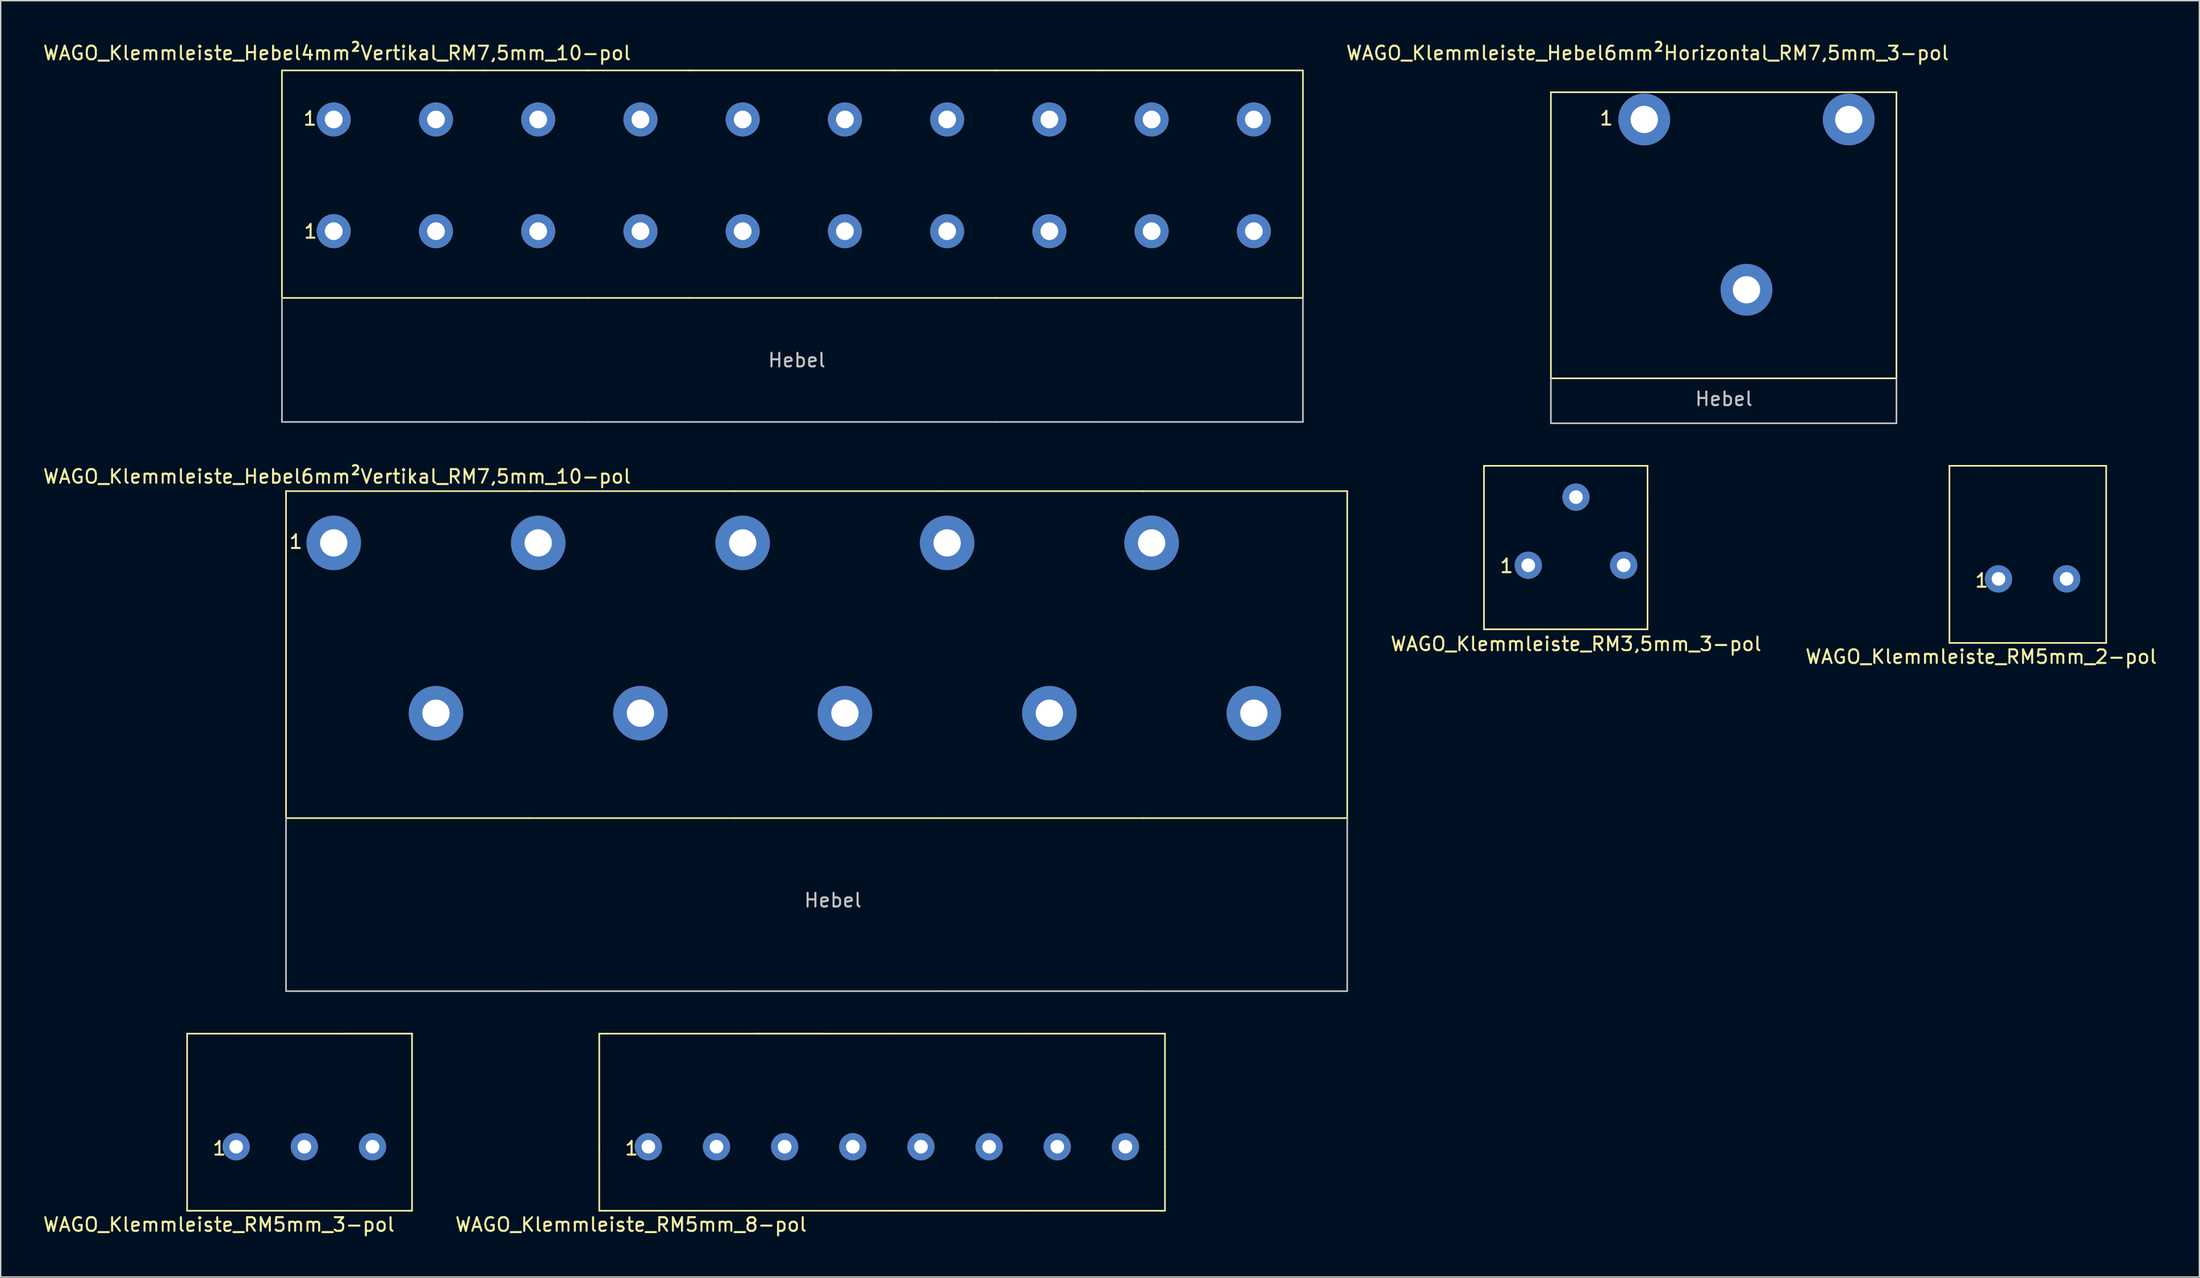
<source format=kicad_pcb>
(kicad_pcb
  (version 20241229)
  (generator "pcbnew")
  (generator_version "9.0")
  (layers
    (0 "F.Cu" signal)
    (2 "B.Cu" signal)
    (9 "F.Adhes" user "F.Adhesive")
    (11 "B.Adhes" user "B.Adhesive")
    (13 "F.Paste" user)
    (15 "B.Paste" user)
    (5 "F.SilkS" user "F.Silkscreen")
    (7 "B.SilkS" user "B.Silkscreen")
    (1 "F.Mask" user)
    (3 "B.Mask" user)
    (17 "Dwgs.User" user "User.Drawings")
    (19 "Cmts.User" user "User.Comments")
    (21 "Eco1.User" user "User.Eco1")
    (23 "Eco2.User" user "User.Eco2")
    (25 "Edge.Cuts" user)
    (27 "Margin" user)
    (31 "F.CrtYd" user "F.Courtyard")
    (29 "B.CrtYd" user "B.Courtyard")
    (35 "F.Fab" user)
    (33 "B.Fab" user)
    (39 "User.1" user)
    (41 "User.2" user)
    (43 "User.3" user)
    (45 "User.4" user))
  (footprint "WAGO_Klemmleiste_Hebel4mm²Vertikal_RM7,5mm_10-pol"
    (layer "F.Cu")
    (at 21.433 5.718)
    (property "Reference" "WAGO_Klemmleiste_Hebel4mm²Vertikal_RM7,5mm_10-pol" (at 0.24 -4.87 0) (layer "F.SilkS") (effects (font (size 1 1) (thickness 0.15))))
    (attr through_hole)
    (fp_line (start -3.8 -3.6) (end -3.8 13.1) (stroke (width 0.12) (type solid)) (layer "F.SilkS"))
    (fp_line (start -3.8 13.1) (end 8.6 13.1) (stroke (width 0.12) (type solid)) (layer "F.SilkS"))
    (fp_line (start 8.6 -3.6) (end -3.8 -3.6) (stroke (width 0.12) (type solid)) (layer "F.SilkS"))
    (fp_line (start 8.6 -3.6) (end 11.1 -3.6) (stroke (width 0.12) (type solid)) (layer "F.SilkS"))
    (fp_line (start 11.1 -3.6) (end 18.6 -3.6) (stroke (width 0.12) (type solid)) (layer "F.SilkS"))
    (fp_line (start 11.1 13.1) (end 8.6 13.1) (stroke (width 0.12) (type solid)) (layer "F.SilkS"))
    (fp_line (start 18.6 -3.6) (end 26.1 -3.6) (stroke (width 0.12) (type solid)) (layer "F.SilkS"))
    (fp_line (start 18.6 13.1) (end 11.1 13.1) (stroke (width 0.12) (type solid)) (layer "F.SilkS"))
    (fp_line (start 26.1 -3.6) (end 41.1 -3.6) (stroke (width 0.12) (type solid)) (layer "F.SilkS"))
    (fp_line (start 26.1 13.1) (end 18.6 13.1) (stroke (width 0.12) (type solid)) (layer "F.SilkS"))
    (fp_line (start 41.1 -3.6) (end 48.6 -3.6) (stroke (width 0.12) (type solid)) (layer "F.SilkS"))
    (fp_line (start 41.1 13.1) (end 26.1 13.1) (stroke (width 0.12) (type solid)) (layer "F.SilkS"))
    (fp_line (start 48.6 -3.6) (end 56.1 -3.6) (stroke (width 0.12) (type solid)) (layer "F.SilkS"))
    (fp_line (start 48.6 13.1) (end 41.1 13.1) (stroke (width 0.12) (type solid)) (layer "F.SilkS"))
    (fp_line (start 56.1 -3.6) (end 71.1 -3.6) (stroke (width 0.12) (type solid)) (layer "F.SilkS"))
    (fp_line (start 56.1 13.1) (end 48.6 13.1) (stroke (width 0.12) (type solid)) (layer "F.SilkS"))
    (fp_line (start 71.1 -3.6) (end 71.1 13.1) (stroke (width 0.12) (type solid)) (layer "F.SilkS"))
    (fp_line (start 71.1 13.1) (end 56.1 13.1) (stroke (width 0.12) (type solid)) (layer "F.SilkS"))
    (fp_line (start -3.8 13.1) (end -3.8 22.2) (stroke (width 0.12) (type solid)) (layer "Dwgs.User"))
    (fp_line (start -3.8 22.2) (end 8.6 22.2) (stroke (width 0.12) (type solid)) (layer "Dwgs.User"))
    (fp_line (start 11.1 22.2) (end 8.6 22.2) (stroke (width 0.12) (type solid)) (layer "Dwgs.User"))
    (fp_line (start 11.1 22.2) (end 18.6 22.2) (stroke (width 0.12) (type solid)) (layer "Dwgs.User"))
    (fp_line (start 26.1 22.2) (end 18.6 22.2) (stroke (width 0.12) (type solid)) (layer "Dwgs.User"))
    (fp_line (start 26.1 22.2) (end 41.1 22.2) (stroke (width 0.12) (type solid)) (layer "Dwgs.User"))
    (fp_line (start 48.6 22.2) (end 41.1 22.2) (stroke (width 0.12) (type solid)) (layer "Dwgs.User"))
    (fp_line (start 48.6 22.2) (end 56.1 22.2) (stroke (width 0.12) (type solid)) (layer "Dwgs.User"))
    (fp_line (start 56.1 22.2) (end 71.1 22.2) (stroke (width 0.12) (type solid)) (layer "Dwgs.User"))
    (fp_line (start 71.1 22.2) (end 71.1 13.1) (stroke (width 0.12) (type solid)) (layer "Dwgs.User"))
    (fp_text user "1" (at -1.74 -0.07 0) (layer "F.SilkS") (effects (font (size 1 1) (thickness 0.15))))
    (fp_text user "1" (at -1.7 8.22 0) (layer "F.SilkS") (effects (font (size 1 1) (thickness 0.15))))
    (fp_text user "Hebel" (at 33.97 17.67 0) (layer "Dwgs.User") (effects (font (size 1 1) (thickness 0.15))))
    (pad "1" thru_hole circle (at 0 0) (size 2.5 2.5) (drill 1.3) (layers "*.Cu" "*.Mask"))
    (pad "1" thru_hole circle (at 0 8.2) (size 2.5 2.5) (drill 1.3) (layers "*.Cu" "*.Mask"))
    (pad "2" thru_hole circle (at 7.5 0) (size 2.5 2.5) (drill 1.3) (layers "*.Cu" "*.Mask"))
    (pad "2" thru_hole circle (at 7.5 8.2) (size 2.5 2.5) (drill 1.3) (layers "*.Cu" "*.Mask"))
    (pad "3" thru_hole circle (at 15 0) (size 2.5 2.5) (drill 1.3) (layers "*.Cu" "*.Mask"))
    (pad "3" thru_hole circle (at 15 8.2) (size 2.5 2.5) (drill 1.3) (layers "*.Cu" "*.Mask"))
    (pad "4" thru_hole circle (at 22.5 0) (size 2.5 2.5) (drill 1.3) (layers "*.Cu" "*.Mask"))
    (pad "4" thru_hole circle (at 22.5 8.2) (size 2.5 2.5) (drill 1.3) (layers "*.Cu" "*.Mask"))
    (pad "5" thru_hole circle (at 30 0) (size 2.5 2.5) (drill 1.3) (layers "*.Cu" "*.Mask"))
    (pad "5" thru_hole circle (at 30 8.2) (size 2.5 2.5) (drill 1.3) (layers "*.Cu" "*.Mask"))
    (pad "6" thru_hole circle (at 37.5 0) (size 2.5 2.5) (drill 1.3) (layers "*.Cu" "*.Mask"))
    (pad "6" thru_hole circle (at 37.5 8.2) (size 2.5 2.5) (drill 1.3) (layers "*.Cu" "*.Mask"))
    (pad "7" thru_hole circle (at 45 0) (size 2.5 2.5) (drill 1.3) (layers "*.Cu" "*.Mask"))
    (pad "7" thru_hole circle (at 45 8.2) (size 2.5 2.5) (drill 1.3) (layers "*.Cu" "*.Mask"))
    (pad "8" thru_hole circle (at 52.5 0) (size 2.5 2.5) (drill 1.3) (layers "*.Cu" "*.Mask"))
    (pad "8" thru_hole circle (at 52.5 8.2) (size 2.5 2.5) (drill 1.3) (layers "*.Cu" "*.Mask"))
    (pad "9" thru_hole circle (at 60 0) (size 2.5 2.5) (drill 1.3) (layers "*.Cu" "*.Mask"))
    (pad "9" thru_hole circle (at 60 8.2) (size 2.5 2.5) (drill 1.3) (layers "*.Cu" "*.Mask"))
    (pad "10" thru_hole circle (at 67.5 0) (size 2.5 2.5) (drill 1.3) (layers "*.Cu" "*.Mask"))
    (pad "10" thru_hole circle (at 67.5 8.2) (size 2.5 2.5) (drill 1.3) (layers "*.Cu" "*.Mask")))
  (footprint "WAGO_Klemmleiste_Hebel6mm²Horizontal_RM7,5mm_3-pol"
    (layer "F.Cu")
    (at 117.573 5.718)
    (property "Reference" "WAGO_Klemmleiste_Hebel6mm²Horizontal_RM7,5mm_3-pol" (at 0.24 -4.87 0) (layer "F.SilkS") (effects (font (size 1 1) (thickness 0.15))))
    (attr through_hole)
    (fp_line (start -6.85 -2) (end -6.85 19) (stroke (width 0.12) (type solid)) (layer "F.SilkS"))
    (fp_line (start -6.85 -2) (end 10.95 -2) (stroke (width 0.12) (type solid)) (layer "F.SilkS"))
    (fp_line (start -6.85 19) (end 11 19) (stroke (width 0.12) (type solid)) (layer "F.SilkS"))
    (fp_line (start 18.5 -2) (end 10.95 -2) (stroke (width 0.12) (type solid)) (layer "F.SilkS"))
    (fp_line (start 18.5 -2) (end 18.5 19) (stroke (width 0.12) (type solid)) (layer "F.SilkS"))
    (fp_line (start 18.5 19) (end 10.95 19) (stroke (width 0.12) (type solid)) (layer "F.SilkS"))
    (fp_line (start -6.85 19) (end -6.85 22.3) (stroke (width 0.12) (type solid)) (layer "Dwgs.User"))
    (fp_line (start -6.85 22.3) (end 18.5 22.3) (stroke (width 0.12) (type solid)) (layer "Dwgs.User"))
    (fp_line (start 18.5 19) (end 18.5 22.3) (stroke (width 0.12) (type solid)) (layer "Dwgs.User"))
    (fp_text user "1" (at -2.78 -0.08 0) (layer "F.SilkS") (effects (font (size 1 1) (thickness 0.15))))
    (fp_text user "Hebel" (at 5.84 20.51 0) (layer "Dwgs.User") (effects (font (size 1 1) (thickness 0.15))))
    (pad "1" thru_hole circle (at 0 0) (size 3.8 3.8) (drill 2) (layers "*.Cu" "*.Mask"))
    (pad "2" thru_hole circle (at 7.5 12.5) (size 3.8 3.8) (drill 2) (layers "*.Cu" "*.Mask"))
    (pad "3" thru_hole circle (at 15 0) (size 3.8 3.8) (drill 2) (layers "*.Cu" "*.Mask")))
  (footprint "WAGO_Klemmleiste_RM5mm_3-pol"
    (layer "F.Cu")
    (at 14.276 81.117)
    (property "Reference" "WAGO_Klemmleiste_RM5mm_3-pol" (at -1.27 5.715 0) (layer "F.SilkS") (effects (font (size 1 1) (thickness 0.15))))
    (attr through_hole)
    (fp_line (start -3.6 -8.3) (end -3.6 0) (stroke (width 0.12) (type solid)) (layer "F.SilkS"))
    (fp_line (start -3.6 4.7) (end -3.6 0) (stroke (width 0.12) (type solid)) (layer "F.SilkS"))
    (fp_line (start 0 -8.3) (end -3.6 -8.3) (stroke (width 0.12) (type solid)) (layer "F.SilkS"))
    (fp_line (start 0 -8.3) (end 7.9 -8.3) (stroke (width 0.12) (type solid)) (layer "F.SilkS"))
    (fp_line (start 0 4.7) (end -3.6 4.7) (stroke (width 0.12) (type solid)) (layer "F.SilkS"))
    (fp_line (start 0 4.7) (end 7.9 4.7) (stroke (width 0.12) (type solid)) (layer "F.SilkS"))
    (fp_line (start 7.9 -8.3) (end 12.9 -8.3) (stroke (width 0.12) (type solid)) (layer "F.SilkS"))
    (fp_line (start 12.9 -8.3) (end 7.9 -8.3) (stroke (width 0.12) (type solid)) (layer "F.SilkS"))
    (fp_line (start 12.9 -8.3) (end 12.9 0) (stroke (width 0.12) (type solid)) (layer "F.SilkS"))
    (fp_line (start 12.9 0) (end 12.9 4.7) (stroke (width 0.12) (type solid)) (layer "F.SilkS"))
    (fp_line (start 12.9 4.7) (end 7.9 4.7) (stroke (width 0.12) (type solid)) (layer "F.SilkS"))
    (fp_text user "1" (at -1.23 0.12 0) (layer "F.SilkS") (effects (font (size 1 1) (thickness 0.15))))
    (pad "1" thru_hole circle (at 0 0) (size 2 2) (drill 1) (layers "*.Cu" "*.Mask"))
    (pad "2" thru_hole circle (at 5 0) (size 2 2) (drill 1) (layers "*.Cu" "*.Mask"))
    (pad "3" thru_hole circle (at 10 0) (size 2 2) (drill 1) (layers "*.Cu" "*.Mask")))
  (footprint "WAGO_Klemmleiste_RM5mm_2-pol"
    (layer "F.Cu")
    (at 143.559 39.438)
    (property "Reference" "WAGO_Klemmleiste_RM5mm_2-pol" (at -1.27 5.715 0) (layer "F.SilkS") (effects (font (size 1 1) (thickness 0.15))))
    (attr through_hole)
    (fp_line (start -3.6 -8.3) (end -3.6 0) (stroke (width 0.12) (type solid)) (layer "F.SilkS"))
    (fp_line (start -3.6 4.7) (end -3.6 0) (stroke (width 0.12) (type solid)) (layer "F.SilkS"))
    (fp_line (start 0 -8.3) (end -3.6 -8.3) (stroke (width 0.12) (type solid)) (layer "F.SilkS"))
    (fp_line (start 0 -8.3) (end 7.9 -8.3) (stroke (width 0.12) (type solid)) (layer "F.SilkS"))
    (fp_line (start 0 4.7) (end -3.6 4.7) (stroke (width 0.12) (type solid)) (layer "F.SilkS"))
    (fp_line (start 0 4.7) (end 7.9 4.7) (stroke (width 0.12) (type solid)) (layer "F.SilkS"))
    (fp_line (start 7.9 -8.3) (end 7.9 0) (stroke (width 0.12) (type solid)) (layer "F.SilkS"))
    (fp_line (start 7.9 4.7) (end 7.9 0) (stroke (width 0.12) (type solid)) (layer "F.SilkS"))
    (fp_text user "1" (at -1.23 0.12 0) (layer "F.SilkS") (effects (font (size 1 1) (thickness 0.15))))
    (pad "1" thru_hole circle (at 0 0) (size 2 2) (drill 1) (layers "*.Cu" "*.Mask"))
    (pad "2" thru_hole circle (at 5 0) (size 2 2) (drill 1) (layers "*.Cu" "*.Mask")))
  (footprint "WAGO_Klemmleiste_RM5mm_8-pol"
    (layer "F.Cu")
    (at 44.512 81.117)
    (property "Reference" "WAGO_Klemmleiste_RM5mm_8-pol" (at -1.27 5.715 0) (layer "F.SilkS") (effects (font (size 1 1) (thickness 0.15))))
    (attr through_hole)
    (fp_line (start -3.6 -8.3) (end -3.6 0) (stroke (width 0.12) (type solid)) (layer "F.SilkS"))
    (fp_line (start -3.6 4.7) (end -3.6 0) (stroke (width 0.12) (type solid)) (layer "F.SilkS"))
    (fp_line (start 0 -8.3) (end -3.6 -8.3) (stroke (width 0.12) (type solid)) (layer "F.SilkS"))
    (fp_line (start 0 -8.3) (end 7.9 -8.3) (stroke (width 0.12) (type solid)) (layer "F.SilkS"))
    (fp_line (start 0 4.7) (end -3.6 4.7) (stroke (width 0.12) (type solid)) (layer "F.SilkS"))
    (fp_line (start 0 4.7) (end 7.9 4.7) (stroke (width 0.12) (type solid)) (layer "F.SilkS"))
    (fp_line (start 7.9 -8.3) (end 12.9 -8.3) (stroke (width 0.12) (type solid)) (layer "F.SilkS"))
    (fp_line (start 12.9 -8.3) (end 7.9 -8.3) (stroke (width 0.12) (type solid)) (layer "F.SilkS"))
    (fp_line (start 12.9 -8.3) (end 17.9 -8.3) (stroke (width 0.12) (type solid)) (layer "F.SilkS"))
    (fp_line (start 12.9 4.7) (end 7.9 4.7) (stroke (width 0.12) (type solid)) (layer "F.SilkS"))
    (fp_line (start 12.9 4.7) (end 17.9 4.7) (stroke (width 0.12) (type solid)) (layer "F.SilkS"))
    (fp_line (start 17.9 -8.3) (end 27.9 -8.3) (stroke (width 0.12) (type solid)) (layer "F.SilkS"))
    (fp_line (start 17.9 4.7) (end 27.9 4.7) (stroke (width 0.12) (type solid)) (layer "F.SilkS"))
    (fp_line (start 27.9 -8.3) (end 37.9 -8.3) (stroke (width 0.12) (type solid)) (layer "F.SilkS"))
    (fp_line (start 37.9 -8.3) (end 37.9 0) (stroke (width 0.12) (type solid)) (layer "F.SilkS"))
    (fp_line (start 37.9 0) (end 37.9 4.7) (stroke (width 0.12) (type solid)) (layer "F.SilkS"))
    (fp_line (start 37.9 4.7) (end 27.9 4.7) (stroke (width 0.12) (type solid)) (layer "F.SilkS"))
    (fp_text user "1" (at -1.23 0.12 0) (layer "F.SilkS") (effects (font (size 1 1) (thickness 0.15))))
    (pad "1" thru_hole circle (at 0 0) (size 2 2) (drill 1) (layers "*.Cu" "*.Mask"))
    (pad "2" thru_hole circle (at 5 0) (size 2 2) (drill 1) (layers "*.Cu" "*.Mask"))
    (pad "3" thru_hole circle (at 10 0) (size 2 2) (drill 1) (layers "*.Cu" "*.Mask"))
    (pad "4" thru_hole circle (at 15 0) (size 2 2) (drill 1) (layers "*.Cu" "*.Mask"))
    (pad "5" thru_hole circle (at 20 0) (size 2 2) (drill 1) (layers "*.Cu" "*.Mask"))
    (pad "6" thru_hole circle (at 25 0) (size 2 2) (drill 1) (layers "*.Cu" "*.Mask"))
    (pad "7" thru_hole circle (at 30 0) (size 2 2) (drill 1) (layers "*.Cu" "*.Mask"))
    (pad "8" thru_hole circle (at 35 0) (size 2 2) (drill 1) (layers "*.Cu" "*.Mask")))
  (footprint "WAGO_Klemmleiste_Hebel6mm²Vertikal_RM7,5mm_10-pol"
    (layer "F.Cu")
    (at 21.433 36.797)
    (property "Reference" "WAGO_Klemmleiste_Hebel6mm²Vertikal_RM7,5mm_10-pol" (at 0.24 -4.87 0) (layer "F.SilkS") (effects (font (size 1 1) (thickness 0.15))))
    (attr through_hole)
    (fp_line (start -3.5 -3.8) (end -3.5 20.2) (stroke (width 0.12) (type solid)) (layer "F.SilkS"))
    (fp_line (start -3.5 20.2) (end 14.35 20.2) (stroke (width 0.12) (type solid)) (layer "F.SilkS"))
    (fp_line (start 14.35 -3.8) (end -3.5 -3.8) (stroke (width 0.12) (type solid)) (layer "F.SilkS"))
    (fp_line (start 14.35 -3.8) (end 29.35 -3.8) (stroke (width 0.12) (type solid)) (layer "F.SilkS"))
    (fp_line (start 29.35 -3.8) (end 44.35 -3.8) (stroke (width 0.12) (type solid)) (layer "F.SilkS"))
    (fp_line (start 29.35 20.2) (end 14.35 20.2) (stroke (width 0.12) (type solid)) (layer "F.SilkS"))
    (fp_line (start 44.35 -3.8) (end 59.35 -3.8) (stroke (width 0.12) (type solid)) (layer "F.SilkS"))
    (fp_line (start 44.35 20.2) (end 29.35 20.2) (stroke (width 0.12) (type solid)) (layer "F.SilkS"))
    (fp_line (start 59.35 -3.8) (end 74.35 -3.8) (stroke (width 0.12) (type solid)) (layer "F.SilkS"))
    (fp_line (start 59.35 20.2) (end 44.35 20.2) (stroke (width 0.12) (type solid)) (layer "F.SilkS"))
    (fp_line (start 74.35 -3.8) (end 74.35 20.2) (stroke (width 0.12) (type solid)) (layer "F.SilkS"))
    (fp_line (start 74.35 20.2) (end 59.35 20.2) (stroke (width 0.12) (type solid)) (layer "F.SilkS"))
    (fp_line (start -3.5 20.2) (end -3.5 32.9) (stroke (width 0.12) (type solid)) (layer "Dwgs.User"))
    (fp_line (start -3.5 32.9) (end 14.35 32.9) (stroke (width 0.12) (type solid)) (layer "Dwgs.User"))
    (fp_line (start 29.35 32.9) (end 14.35 32.9) (stroke (width 0.12) (type solid)) (layer "Dwgs.User"))
    (fp_line (start 29.35 32.9) (end 44.35 32.9) (stroke (width 0.12) (type solid)) (layer "Dwgs.User"))
    (fp_line (start 59.35 32.9) (end 44.35 32.9) (stroke (width 0.12) (type solid)) (layer "Dwgs.User"))
    (fp_line (start 74.35 20.2) (end 74.35 32.9) (stroke (width 0.12) (type solid)) (layer "Dwgs.User"))
    (fp_line (start 74.35 32.9) (end 59.35 32.9) (stroke (width 0.12) (type solid)) (layer "Dwgs.User"))
    (fp_text user "1" (at -2.78 -0.08 0) (layer "F.SilkS") (effects (font (size 1 1) (thickness 0.15))))
    (fp_text user "Hebel" (at 36.62 26.23 0) (layer "Dwgs.User") (effects (font (size 1 1) (thickness 0.15))))
    (pad "1" thru_hole circle (at 0 0) (size 4 4) (drill 2) (layers "*.Cu" "*.Mask"))
    (pad "2" thru_hole circle (at 7.5 12.5) (size 4 4) (drill 2) (layers "*.Cu" "*.Mask"))
    (pad "3" thru_hole circle (at 15 0) (size 4 4) (drill 2) (layers "*.Cu" "*.Mask"))
    (pad "4" thru_hole circle (at 22.5 12.5) (size 4 4) (drill 2) (layers "*.Cu" "*.Mask"))
    (pad "5" thru_hole circle (at 30 0) (size 4 4) (drill 2) (layers "*.Cu" "*.Mask"))
    (pad "6" thru_hole circle (at 37.5 12.5) (size 4 4) (drill 2) (layers "*.Cu" "*.Mask"))
    (pad "7" thru_hole circle (at 45 0) (size 4 4) (drill 2) (layers "*.Cu" "*.Mask"))
    (pad "8" thru_hole circle (at 52.5 12.5) (size 4 4) (drill 2) (layers "*.Cu" "*.Mask"))
    (pad "9" thru_hole circle (at 60 0) (size 4 4) (drill 2) (layers "*.Cu" "*.Mask"))
    (pad "10" thru_hole circle (at 67.5 12.5) (size 4 4) (drill 2) (layers "*.Cu" "*.Mask")))
  (footprint "WAGO_Klemmleiste_RM3,5mm_3-pol"
    (layer "F.Cu")
    (at 109.063 38.438)
    (property "Reference" "WAGO_Klemmleiste_RM3,5mm_3-pol" (at 3.5 5.78 0) (layer "F.SilkS") (effects (font (size 1 1) (thickness 0.15))))
    (attr through_hole)
    (fp_line (start -3.25 -7.3) (end 1.75 -7.3) (stroke (width 0.12) (type solid)) (layer "F.SilkS"))
    (fp_line (start -3.25 0) (end -3.25 -7.3) (stroke (width 0.12) (type solid)) (layer "F.SilkS"))
    (fp_line (start -3.25 4.7) (end -3.25 0) (stroke (width 0.12) (type solid)) (layer "F.SilkS"))
    (fp_line (start 1.75 -7.3) (end 8.75 -7.3) (stroke (width 0.12) (type solid)) (layer "F.SilkS"))
    (fp_line (start 1.75 4.7) (end -3.25 4.7) (stroke (width 0.12) (type solid)) (layer "F.SilkS"))
    (fp_line (start 8.75 -4.7) (end 8.75 -7.3) (stroke (width 0.12) (type solid)) (layer "F.SilkS"))
    (fp_line (start 8.75 4.7) (end 1.75 4.7) (stroke (width 0.12) (type solid)) (layer "F.SilkS"))
    (fp_line (start 8.75 4.7) (end 8.75 -4.7) (stroke (width 0.12) (type solid)) (layer "F.SilkS"))
    (fp_text user "1" (at -1.59 0.05 0) (layer "F.SilkS") (effects (font (size 1 1) (thickness 0.15))))
    (pad "1" thru_hole circle (at 0 0) (size 2 2) (drill 1) (layers "*.Cu" "*.Mask"))
    (pad "2" thru_hole circle (at 3.5 -5) (size 2 2) (drill 1) (layers "*.Cu" "*.Mask"))
    (pad "3" thru_hole circle (at 7 0) (size 2 2) (drill 1) (layers "*.Cu" "*.Mask")))
  (gr_rect
    (start -3 -3)
    (end 158.295 90.68)
    (stroke (width 0.1) (type default))
    (fill no)
    (layer "Edge.Cuts")))
</source>
